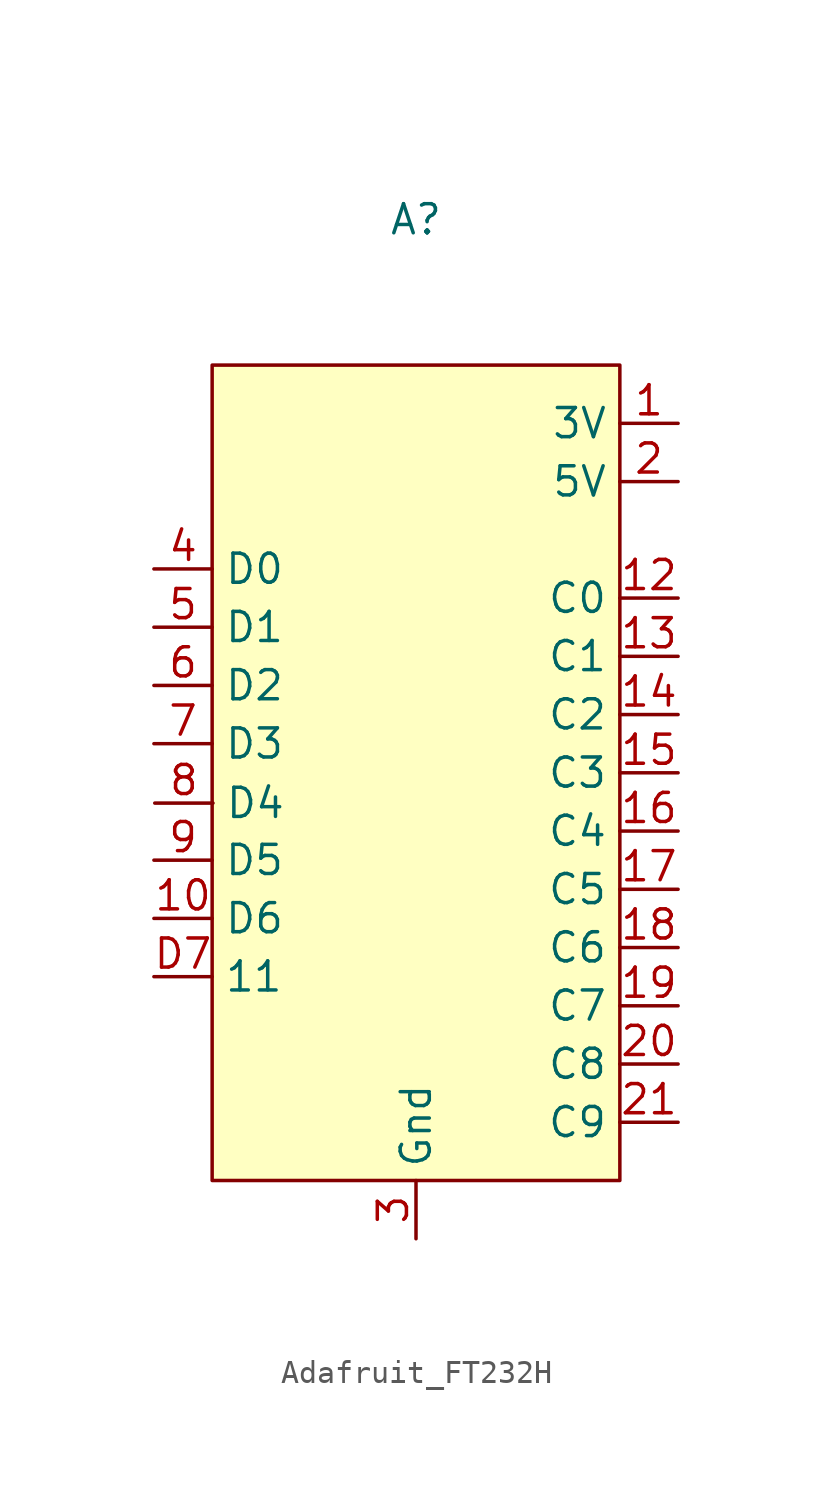
<source format=kicad_sym>
(kicad_symbol_lib
  (version 20220914)
  (generator kicad_symbol_editor)
  (symbol "Adafruit_FT232H"
    (property "Reference" "A"
      (at 0 17.78 0)
      (effects (font (size 1.27 1.27))))
    (property "Value" ""
      (at 0 0 0)
      (effects (font (size 1.27 1.27))))
    (symbol "Adafruit_FT232H_1_1"
      (rectangle (start -8.89 11.43) (end 8.89 -24.13) (stroke (width 0) (type default)) (fill (type background)))
      (pin power_out line (at 11.43 8.89 180) (length 2.54) (name "3V" (effects (font (size 1.27 1.27)))) (number "1" (effects (font (size 1.27 1.27)))))
      (pin bidirectional line (at -11.43 -12.7 0) (length 2.54) (name "D6" (effects (font (size 1.27 1.27)))) (number "10" (effects (font (size 1.27 1.27)))))
      (pin output line (at 11.43 1.27 180) (length 2.54) (name "C0" (effects (font (size 1.27 1.27)))) (number "12" (effects (font (size 1.27 1.27)))))
      (pin output line (at 11.43 -1.27 180) (length 2.54) (name "C1" (effects (font (size 1.27 1.27)))) (number "13" (effects (font (size 1.27 1.27)))))
      (pin output line (at 11.43 -3.81 180) (length 2.54) (name "C2" (effects (font (size 1.27 1.27)))) (number "14" (effects (font (size 1.27 1.27)))))
      (pin output line (at 11.43 -6.35 180) (length 2.54) (name "C3" (effects (font (size 1.27 1.27)))) (number "15" (effects (font (size 1.27 1.27)))))
      (pin output line (at 11.43 -8.89 180) (length 2.54) (name "C4" (effects (font (size 1.27 1.27)))) (number "16" (effects (font (size 1.27 1.27)))))
      (pin output line (at 11.43 -11.43 180) (length 2.54) (name "C5" (effects (font (size 1.27 1.27)))) (number "17" (effects (font (size 1.27 1.27)))))
      (pin output line (at 11.43 -13.97 180) (length 2.54) (name "C6" (effects (font (size 1.27 1.27)))) (number "18" (effects (font (size 1.27 1.27)))))
      (pin output line (at 11.43 -16.51 180) (length 2.54) (name "C7" (effects (font (size 1.27 1.27)))) (number "19" (effects (font (size 1.27 1.27)))))
      (pin power_out line (at 11.43 6.35 180) (length 2.54) (name "5V" (effects (font (size 1.27 1.27)))) (number "2" (effects (font (size 1.27 1.27)))))
      (pin output line (at 11.43 -19.05 180) (length 2.54) (name "C8" (effects (font (size 1.27 1.27)))) (number "20" (effects (font (size 1.27 1.27)))))
      (pin output line (at 11.43 -21.59 180) (length 2.54) (name "C9" (effects (font (size 1.27 1.27)))) (number "21" (effects (font (size 1.27 1.27)))))
      (pin output line (at 0 -26.67 90) (length 2.54) (name "Gnd" (effects (font (size 1.27 1.27)))) (number "3" (effects (font (size 1.27 1.27)))))
      (pin bidirectional line (at -11.43 2.54 0) (length 2.54) (name "D0" (effects (font (size 1.27 1.27)))) (number "4" (effects (font (size 1.27 1.27)))))
      (pin bidirectional line (at -11.43 0 0) (length 2.54) (name "D1" (effects (font (size 1.27 1.27)))) (number "5" (effects (font (size 1.27 1.27)))))
      (pin bidirectional line (at -11.43 -2.54 0) (length 2.54) (name "D2" (effects (font (size 1.27 1.27)))) (number "6" (effects (font (size 1.27 1.27)))))
      (pin bidirectional line (at -11.43 -5.08 0) (length 2.54) (name "D3" (effects (font (size 1.27 1.27)))) (number "7" (effects (font (size 1.27 1.27)))))
      (pin bidirectional line (at -11.393 -7.671 0) (length 2.54) (name "D4" (effects (font (size 1.27 1.27)))) (number "8" (effects (font (size 1.27 1.27)))))
      (pin bidirectional line (at -11.43 -10.16 0) (length 2.54) (name "D5" (effects (font (size 1.27 1.27)))) (number "9" (effects (font (size 1.27 1.27)))))
      (pin bidirectional line (at -11.43 -15.24 0) (length 2.54) (name "11" (effects (font (size 1.27 1.27)))) (number "D7" (effects (font (size 1.27 1.27))))))))
</source>
